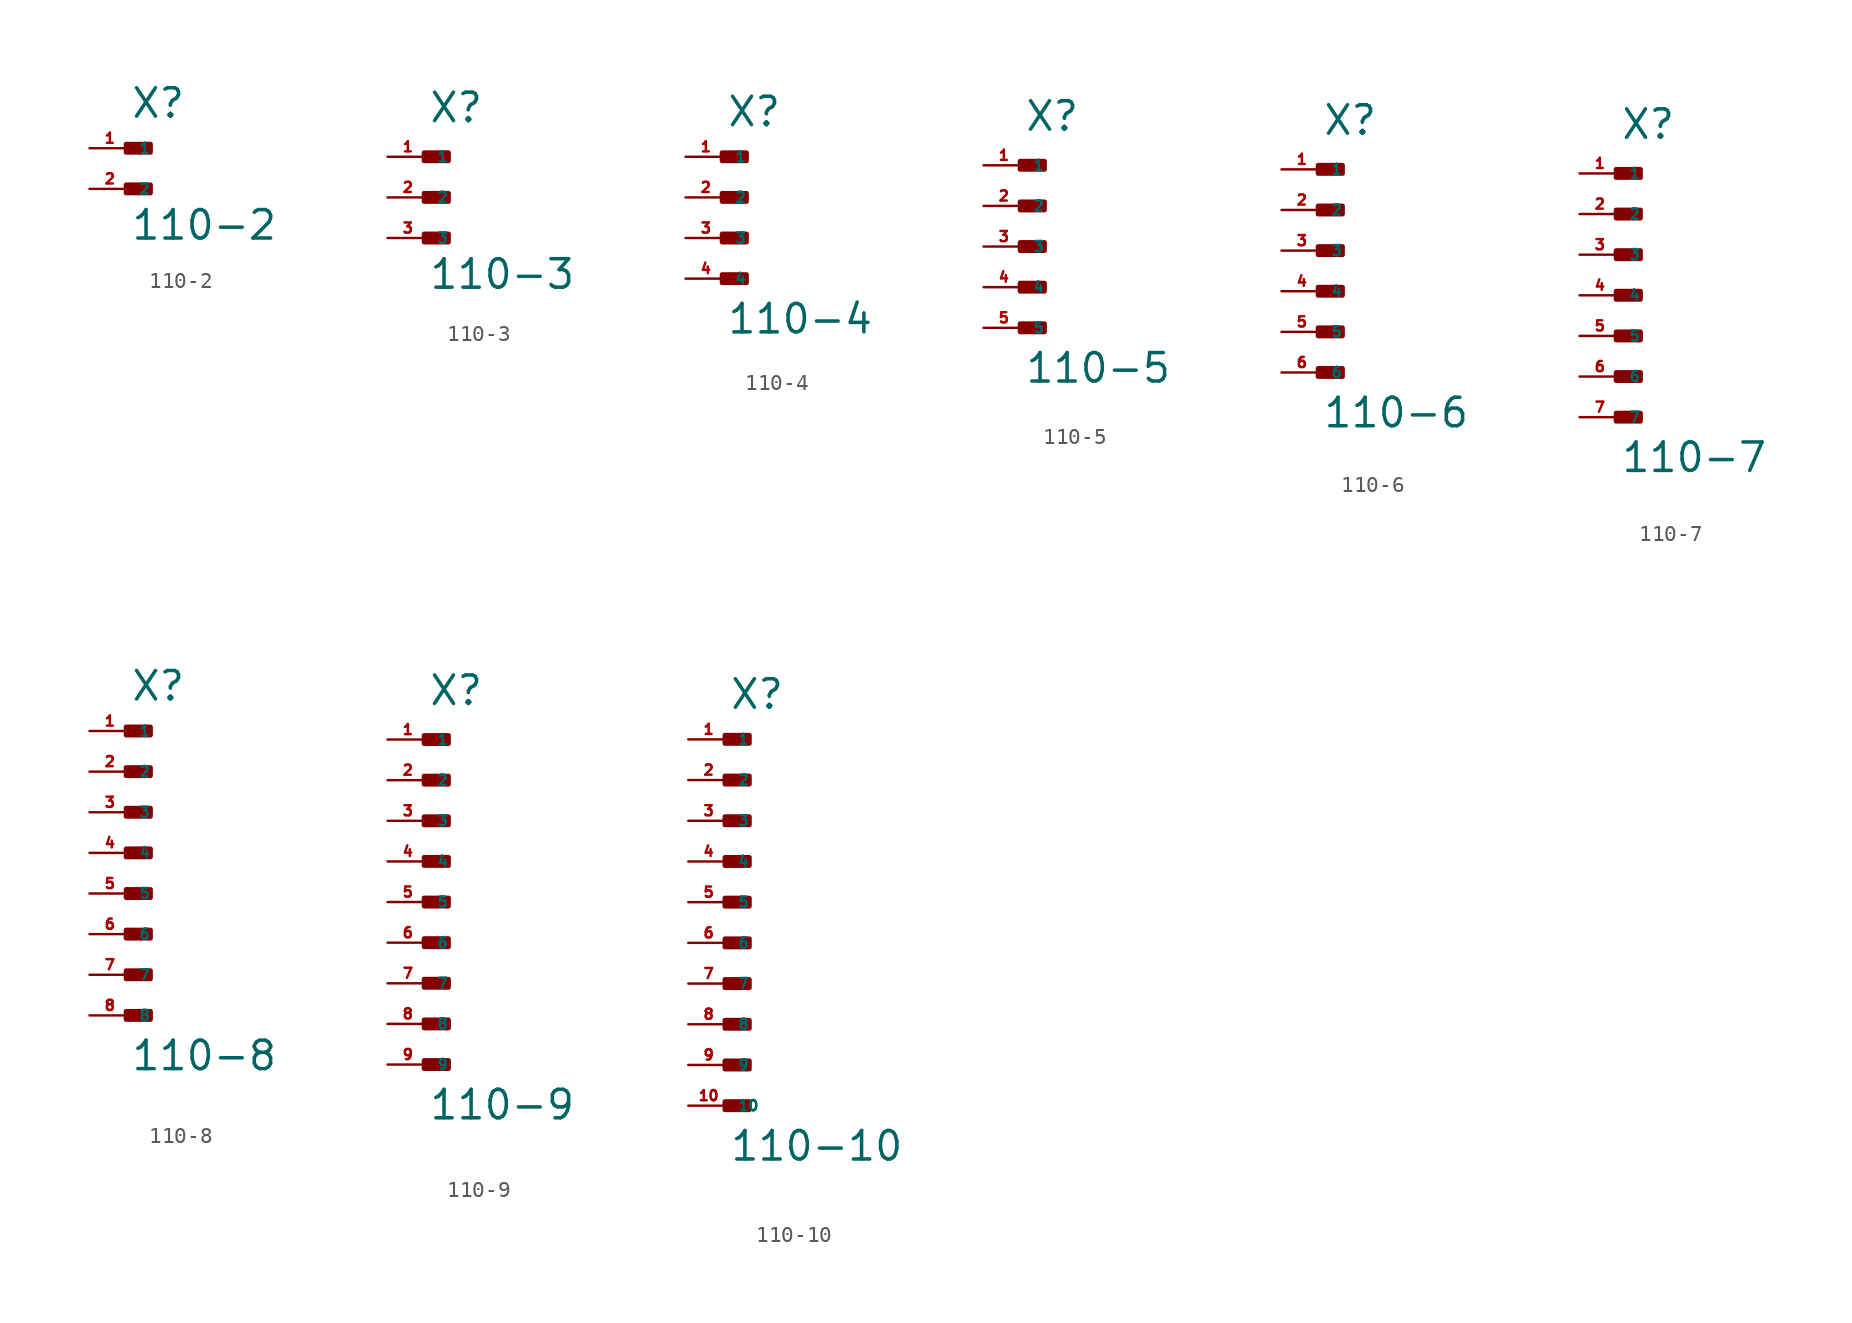
<source format=kicad_sym>
(kicad_symbol_lib
  (version 20220914)
  (generator Eagle2Kicad)
  (symbol "110-2"
    (property "Reference" "X"
      (at 0 1.778 0)
      (effects (font (size 1.778 1.778) (thickness 0.22)) (justify left bottom)))
    (property "Value" "110-2"
      (at 0 -5.842 0)
      (effects (font (size 1.778 1.778) (thickness 0.22)) (justify left bottom)))
    (rectangle
      (start -0.254 -0.254)
      (end 1.27 0.254)
      (stroke (width 0.3) (type default))
      (fill (type outline)))
    (rectangle
      (start -0.254 -2.794)
      (end 1.27 -2.286)
      (stroke (width 0.3) (type default))
      (fill (type outline)))
    (pin passive line
      (at -2.54 0 0)
      (length 2.54)
      (name "1" (effects (font (size 0.635 0.635) (thickness 0.08)) (justify left bottom)))
      (number "1" (effects (font (size 0.635 0.635) (thickness 0.08)) (justify left bottom))))
    (pin passive line
      (at -2.54 -2.54 0)
      (length 2.54)
      (name "2" (effects (font (size 0.635 0.635) (thickness 0.08)) (justify left bottom)))
      (number "2" (effects (font (size 0.635 0.635) (thickness 0.08)) (justify left bottom)))))
  (symbol "110-3"
    (property "Reference" "X"
      (at 0 4.572 0)
      (effects (font (size 1.778 1.778) (thickness 0.22)) (justify left bottom)))
    (property "Value" "110-3"
      (at 0 -5.842 0)
      (effects (font (size 1.778 1.778) (thickness 0.22)) (justify left bottom)))
    (rectangle
      (start -0.254 2.286)
      (end 1.27 2.794)
      (stroke (width 0.3) (type default))
      (fill (type outline)))
    (rectangle
      (start -0.254 -0.254)
      (end 1.27 0.254)
      (stroke (width 0.3) (type default))
      (fill (type outline)))
    (rectangle
      (start -0.254 -2.794)
      (end 1.27 -2.286)
      (stroke (width 0.3) (type default))
      (fill (type outline)))
    (pin passive line
      (at -2.54 2.54 0)
      (length 2.54)
      (name "1" (effects (font (size 0.635 0.635) (thickness 0.08)) (justify left bottom)))
      (number "1" (effects (font (size 0.635 0.635) (thickness 0.08)) (justify left bottom))))
    (pin passive line
      (at -2.54 0 0)
      (length 2.54)
      (name "2" (effects (font (size 0.635 0.635) (thickness 0.08)) (justify left bottom)))
      (number "2" (effects (font (size 0.635 0.635) (thickness 0.08)) (justify left bottom))))
    (pin passive line
      (at -2.54 -2.54 0)
      (length 2.54)
      (name "3" (effects (font (size 0.635 0.635) (thickness 0.08)) (justify left bottom)))
      (number "3" (effects (font (size 0.635 0.635) (thickness 0.08)) (justify left bottom)))))
  (symbol "110-4"
    (property "Reference" "X"
      (at 0 4.318 0)
      (effects (font (size 1.778 1.778) (thickness 0.22)) (justify left bottom)))
    (property "Value" "110-4"
      (at 0 -8.636 0)
      (effects (font (size 1.778 1.778) (thickness 0.22)) (justify left bottom)))
    (rectangle
      (start -0.254 2.286)
      (end 1.27 2.794)
      (stroke (width 0.3) (type default))
      (fill (type outline)))
    (rectangle
      (start -0.254 -0.254)
      (end 1.27 0.254)
      (stroke (width 0.3) (type default))
      (fill (type outline)))
    (rectangle
      (start -0.254 -2.794)
      (end 1.27 -2.286)
      (stroke (width 0.3) (type default))
      (fill (type outline)))
    (rectangle
      (start -0.254 -5.334)
      (end 1.27 -4.826)
      (stroke (width 0.3) (type default))
      (fill (type outline)))
    (pin passive line
      (at -2.54 2.54 0)
      (length 2.54)
      (name "1" (effects (font (size 0.635 0.635) (thickness 0.08)) (justify left bottom)))
      (number "1" (effects (font (size 0.635 0.635) (thickness 0.08)) (justify left bottom))))
    (pin passive line
      (at -2.54 0 0)
      (length 2.54)
      (name "2" (effects (font (size 0.635 0.635) (thickness 0.08)) (justify left bottom)))
      (number "2" (effects (font (size 0.635 0.635) (thickness 0.08)) (justify left bottom))))
    (pin passive line
      (at -2.54 -2.54 0)
      (length 2.54)
      (name "3" (effects (font (size 0.635 0.635) (thickness 0.08)) (justify left bottom)))
      (number "3" (effects (font (size 0.635 0.635) (thickness 0.08)) (justify left bottom))))
    (pin passive line
      (at -2.54 -5.08 0)
      (length 2.54)
      (name "4" (effects (font (size 0.635 0.635) (thickness 0.08)) (justify left bottom)))
      (number "4" (effects (font (size 0.635 0.635) (thickness 0.08)) (justify left bottom)))))
  (symbol "110-5"
    (property "Reference" "X"
      (at 0 7.112 0)
      (effects (font (size 1.778 1.778) (thickness 0.22)) (justify left bottom)))
    (property "Value" "110-5"
      (at 0 -8.636 0)
      (effects (font (size 1.778 1.778) (thickness 0.22)) (justify left bottom)))
    (rectangle
      (start -0.254 4.826)
      (end 1.27 5.334)
      (stroke (width 0.3) (type default))
      (fill (type outline)))
    (rectangle
      (start -0.254 2.286)
      (end 1.27 2.794)
      (stroke (width 0.3) (type default))
      (fill (type outline)))
    (rectangle
      (start -0.254 -0.254)
      (end 1.27 0.254)
      (stroke (width 0.3) (type default))
      (fill (type outline)))
    (rectangle
      (start -0.254 -2.794)
      (end 1.27 -2.286)
      (stroke (width 0.3) (type default))
      (fill (type outline)))
    (rectangle
      (start -0.254 -5.334)
      (end 1.27 -4.826)
      (stroke (width 0.3) (type default))
      (fill (type outline)))
    (pin passive line
      (at -2.54 5.08 0)
      (length 2.54)
      (name "1" (effects (font (size 0.635 0.635) (thickness 0.08)) (justify left bottom)))
      (number "1" (effects (font (size 0.635 0.635) (thickness 0.08)) (justify left bottom))))
    (pin passive line
      (at -2.54 2.54 0)
      (length 2.54)
      (name "2" (effects (font (size 0.635 0.635) (thickness 0.08)) (justify left bottom)))
      (number "2" (effects (font (size 0.635 0.635) (thickness 0.08)) (justify left bottom))))
    (pin passive line
      (at -2.54 0 0)
      (length 2.54)
      (name "3" (effects (font (size 0.635 0.635) (thickness 0.08)) (justify left bottom)))
      (number "3" (effects (font (size 0.635 0.635) (thickness 0.08)) (justify left bottom))))
    (pin passive line
      (at -2.54 -2.54 0)
      (length 2.54)
      (name "4" (effects (font (size 0.635 0.635) (thickness 0.08)) (justify left bottom)))
      (number "4" (effects (font (size 0.635 0.635) (thickness 0.08)) (justify left bottom))))
    (pin passive line
      (at -2.54 -5.08 0)
      (length 2.54)
      (name "5" (effects (font (size 0.635 0.635) (thickness 0.08)) (justify left bottom)))
      (number "5" (effects (font (size 0.635 0.635) (thickness 0.08)) (justify left bottom)))))
  (symbol "110-6"
    (property "Reference" "X"
      (at 0 7.112 0)
      (effects (font (size 1.778 1.778) (thickness 0.22)) (justify left bottom)))
    (property "Value" "110-6"
      (at 0 -11.176 0)
      (effects (font (size 1.778 1.778) (thickness 0.22)) (justify left bottom)))
    (rectangle
      (start -0.254 4.826)
      (end 1.27 5.334)
      (stroke (width 0.3) (type default))
      (fill (type outline)))
    (rectangle
      (start -0.254 2.286)
      (end 1.27 2.794)
      (stroke (width 0.3) (type default))
      (fill (type outline)))
    (rectangle
      (start -0.254 -0.254)
      (end 1.27 0.254)
      (stroke (width 0.3) (type default))
      (fill (type outline)))
    (rectangle
      (start -0.254 -2.794)
      (end 1.27 -2.286)
      (stroke (width 0.3) (type default))
      (fill (type outline)))
    (rectangle
      (start -0.254 -5.334)
      (end 1.27 -4.826)
      (stroke (width 0.3) (type default))
      (fill (type outline)))
    (rectangle
      (start -0.254 -7.874)
      (end 1.27 -7.366)
      (stroke (width 0.3) (type default))
      (fill (type outline)))
    (pin passive line
      (at -2.54 5.08 0)
      (length 2.54)
      (name "1" (effects (font (size 0.635 0.635) (thickness 0.08)) (justify left bottom)))
      (number "1" (effects (font (size 0.635 0.635) (thickness 0.08)) (justify left bottom))))
    (pin passive line
      (at -2.54 2.54 0)
      (length 2.54)
      (name "2" (effects (font (size 0.635 0.635) (thickness 0.08)) (justify left bottom)))
      (number "2" (effects (font (size 0.635 0.635) (thickness 0.08)) (justify left bottom))))
    (pin passive line
      (at -2.54 0 0)
      (length 2.54)
      (name "3" (effects (font (size 0.635 0.635) (thickness 0.08)) (justify left bottom)))
      (number "3" (effects (font (size 0.635 0.635) (thickness 0.08)) (justify left bottom))))
    (pin passive line
      (at -2.54 -2.54 0)
      (length 2.54)
      (name "4" (effects (font (size 0.635 0.635) (thickness 0.08)) (justify left bottom)))
      (number "4" (effects (font (size 0.635 0.635) (thickness 0.08)) (justify left bottom))))
    (pin passive line
      (at -2.54 -5.08 0)
      (length 2.54)
      (name "5" (effects (font (size 0.635 0.635) (thickness 0.08)) (justify left bottom)))
      (number "5" (effects (font (size 0.635 0.635) (thickness 0.08)) (justify left bottom))))
    (pin passive line
      (at -2.54 -7.62 0)
      (length 2.54)
      (name "6" (effects (font (size 0.635 0.635) (thickness 0.08)) (justify left bottom)))
      (number "6" (effects (font (size 0.635 0.635) (thickness 0.08)) (justify left bottom)))))
  (symbol "110-7"
    (property "Reference" "X"
      (at 0 9.652 0)
      (effects (font (size 1.778 1.778) (thickness 0.22)) (justify left bottom)))
    (property "Value" "110-7"
      (at 0 -11.176 0)
      (effects (font (size 1.778 1.778) (thickness 0.22)) (justify left bottom)))
    (rectangle
      (start -0.254 7.366)
      (end 1.27 7.874)
      (stroke (width 0.3) (type default))
      (fill (type outline)))
    (rectangle
      (start -0.254 4.826)
      (end 1.27 5.334)
      (stroke (width 0.3) (type default))
      (fill (type outline)))
    (rectangle
      (start -0.254 2.286)
      (end 1.27 2.794)
      (stroke (width 0.3) (type default))
      (fill (type outline)))
    (rectangle
      (start -0.254 -0.254)
      (end 1.27 0.254)
      (stroke (width 0.3) (type default))
      (fill (type outline)))
    (rectangle
      (start -0.254 -2.794)
      (end 1.27 -2.286)
      (stroke (width 0.3) (type default))
      (fill (type outline)))
    (rectangle
      (start -0.254 -5.334)
      (end 1.27 -4.826)
      (stroke (width 0.3) (type default))
      (fill (type outline)))
    (rectangle
      (start -0.254 -7.874)
      (end 1.27 -7.366)
      (stroke (width 0.3) (type default))
      (fill (type outline)))
    (pin passive line
      (at -2.54 7.62 0)
      (length 2.54)
      (name "1" (effects (font (size 0.635 0.635) (thickness 0.08)) (justify left bottom)))
      (number "1" (effects (font (size 0.635 0.635) (thickness 0.08)) (justify left bottom))))
    (pin passive line
      (at -2.54 5.08 0)
      (length 2.54)
      (name "2" (effects (font (size 0.635 0.635) (thickness 0.08)) (justify left bottom)))
      (number "2" (effects (font (size 0.635 0.635) (thickness 0.08)) (justify left bottom))))
    (pin passive line
      (at -2.54 2.54 0)
      (length 2.54)
      (name "3" (effects (font (size 0.635 0.635) (thickness 0.08)) (justify left bottom)))
      (number "3" (effects (font (size 0.635 0.635) (thickness 0.08)) (justify left bottom))))
    (pin passive line
      (at -2.54 0 0)
      (length 2.54)
      (name "4" (effects (font (size 0.635 0.635) (thickness 0.08)) (justify left bottom)))
      (number "4" (effects (font (size 0.635 0.635) (thickness 0.08)) (justify left bottom))))
    (pin passive line
      (at -2.54 -2.54 0)
      (length 2.54)
      (name "5" (effects (font (size 0.635 0.635) (thickness 0.08)) (justify left bottom)))
      (number "5" (effects (font (size 0.635 0.635) (thickness 0.08)) (justify left bottom))))
    (pin passive line
      (at -2.54 -5.08 0)
      (length 2.54)
      (name "6" (effects (font (size 0.635 0.635) (thickness 0.08)) (justify left bottom)))
      (number "6" (effects (font (size 0.635 0.635) (thickness 0.08)) (justify left bottom))))
    (pin passive line
      (at -2.54 -7.62 0)
      (length 2.54)
      (name "7" (effects (font (size 0.635 0.635) (thickness 0.08)) (justify left bottom)))
      (number "7" (effects (font (size 0.635 0.635) (thickness 0.08)) (justify left bottom)))))
  (symbol "110-8"
    (property "Reference" "X"
      (at 0 9.398 0)
      (effects (font (size 1.778 1.778) (thickness 0.22)) (justify left bottom)))
    (property "Value" "110-8"
      (at 0 -13.716 0)
      (effects (font (size 1.778 1.778) (thickness 0.22)) (justify left bottom)))
    (rectangle
      (start -0.254 7.366)
      (end 1.27 7.874)
      (stroke (width 0.3) (type default))
      (fill (type outline)))
    (rectangle
      (start -0.254 4.826)
      (end 1.27 5.334)
      (stroke (width 0.3) (type default))
      (fill (type outline)))
    (rectangle
      (start -0.254 2.286)
      (end 1.27 2.794)
      (stroke (width 0.3) (type default))
      (fill (type outline)))
    (rectangle
      (start -0.254 -0.254)
      (end 1.27 0.254)
      (stroke (width 0.3) (type default))
      (fill (type outline)))
    (rectangle
      (start -0.254 -2.794)
      (end 1.27 -2.286)
      (stroke (width 0.3) (type default))
      (fill (type outline)))
    (rectangle
      (start -0.254 -5.334)
      (end 1.27 -4.826)
      (stroke (width 0.3) (type default))
      (fill (type outline)))
    (rectangle
      (start -0.254 -7.874)
      (end 1.27 -7.366)
      (stroke (width 0.3) (type default))
      (fill (type outline)))
    (rectangle
      (start -0.254 -10.414)
      (end 1.27 -9.906)
      (stroke (width 0.3) (type default))
      (fill (type outline)))
    (pin passive line
      (at -2.54 7.62 0)
      (length 2.54)
      (name "1" (effects (font (size 0.635 0.635) (thickness 0.08)) (justify left bottom)))
      (number "1" (effects (font (size 0.635 0.635) (thickness 0.08)) (justify left bottom))))
    (pin passive line
      (at -2.54 5.08 0)
      (length 2.54)
      (name "2" (effects (font (size 0.635 0.635) (thickness 0.08)) (justify left bottom)))
      (number "2" (effects (font (size 0.635 0.635) (thickness 0.08)) (justify left bottom))))
    (pin passive line
      (at -2.54 2.54 0)
      (length 2.54)
      (name "3" (effects (font (size 0.635 0.635) (thickness 0.08)) (justify left bottom)))
      (number "3" (effects (font (size 0.635 0.635) (thickness 0.08)) (justify left bottom))))
    (pin passive line
      (at -2.54 0 0)
      (length 2.54)
      (name "4" (effects (font (size 0.635 0.635) (thickness 0.08)) (justify left bottom)))
      (number "4" (effects (font (size 0.635 0.635) (thickness 0.08)) (justify left bottom))))
    (pin passive line
      (at -2.54 -2.54 0)
      (length 2.54)
      (name "5" (effects (font (size 0.635 0.635) (thickness 0.08)) (justify left bottom)))
      (number "5" (effects (font (size 0.635 0.635) (thickness 0.08)) (justify left bottom))))
    (pin passive line
      (at -2.54 -5.08 0)
      (length 2.54)
      (name "6" (effects (font (size 0.635 0.635) (thickness 0.08)) (justify left bottom)))
      (number "6" (effects (font (size 0.635 0.635) (thickness 0.08)) (justify left bottom))))
    (pin passive line
      (at -2.54 -7.62 0)
      (length 2.54)
      (name "7" (effects (font (size 0.635 0.635) (thickness 0.08)) (justify left bottom)))
      (number "7" (effects (font (size 0.635 0.635) (thickness 0.08)) (justify left bottom))))
    (pin passive line
      (at -2.54 -10.16 0)
      (length 2.54)
      (name "8" (effects (font (size 0.635 0.635) (thickness 0.08)) (justify left bottom)))
      (number "8" (effects (font (size 0.635 0.635) (thickness 0.08)) (justify left bottom)))))
  (symbol "110-9"
    (property "Reference" "X"
      (at 0 12.192 0)
      (effects (font (size 1.778 1.778) (thickness 0.22)) (justify left bottom)))
    (property "Value" "110-9"
      (at 0 -13.716 0)
      (effects (font (size 1.778 1.778) (thickness 0.22)) (justify left bottom)))
    (rectangle
      (start -0.254 9.906)
      (end 1.27 10.414)
      (stroke (width 0.3) (type default))
      (fill (type outline)))
    (rectangle
      (start -0.254 7.366)
      (end 1.27 7.874)
      (stroke (width 0.3) (type default))
      (fill (type outline)))
    (rectangle
      (start -0.254 4.826)
      (end 1.27 5.334)
      (stroke (width 0.3) (type default))
      (fill (type outline)))
    (rectangle
      (start -0.254 2.286)
      (end 1.27 2.794)
      (stroke (width 0.3) (type default))
      (fill (type outline)))
    (rectangle
      (start -0.254 -0.254)
      (end 1.27 0.254)
      (stroke (width 0.3) (type default))
      (fill (type outline)))
    (rectangle
      (start -0.254 -2.794)
      (end 1.27 -2.286)
      (stroke (width 0.3) (type default))
      (fill (type outline)))
    (rectangle
      (start -0.254 -5.334)
      (end 1.27 -4.826)
      (stroke (width 0.3) (type default))
      (fill (type outline)))
    (rectangle
      (start -0.254 -7.874)
      (end 1.27 -7.366)
      (stroke (width 0.3) (type default))
      (fill (type outline)))
    (rectangle
      (start -0.254 -10.414)
      (end 1.27 -9.906)
      (stroke (width 0.3) (type default))
      (fill (type outline)))
    (pin passive line
      (at -2.54 10.16 0)
      (length 2.54)
      (name "1" (effects (font (size 0.635 0.635) (thickness 0.08)) (justify left bottom)))
      (number "1" (effects (font (size 0.635 0.635) (thickness 0.08)) (justify left bottom))))
    (pin passive line
      (at -2.54 7.62 0)
      (length 2.54)
      (name "2" (effects (font (size 0.635 0.635) (thickness 0.08)) (justify left bottom)))
      (number "2" (effects (font (size 0.635 0.635) (thickness 0.08)) (justify left bottom))))
    (pin passive line
      (at -2.54 5.08 0)
      (length 2.54)
      (name "3" (effects (font (size 0.635 0.635) (thickness 0.08)) (justify left bottom)))
      (number "3" (effects (font (size 0.635 0.635) (thickness 0.08)) (justify left bottom))))
    (pin passive line
      (at -2.54 2.54 0)
      (length 2.54)
      (name "4" (effects (font (size 0.635 0.635) (thickness 0.08)) (justify left bottom)))
      (number "4" (effects (font (size 0.635 0.635) (thickness 0.08)) (justify left bottom))))
    (pin passive line
      (at -2.54 0 0)
      (length 2.54)
      (name "5" (effects (font (size 0.635 0.635) (thickness 0.08)) (justify left bottom)))
      (number "5" (effects (font (size 0.635 0.635) (thickness 0.08)) (justify left bottom))))
    (pin passive line
      (at -2.54 -2.54 0)
      (length 2.54)
      (name "6" (effects (font (size 0.635 0.635) (thickness 0.08)) (justify left bottom)))
      (number "6" (effects (font (size 0.635 0.635) (thickness 0.08)) (justify left bottom))))
    (pin passive line
      (at -2.54 -5.08 0)
      (length 2.54)
      (name "7" (effects (font (size 0.635 0.635) (thickness 0.08)) (justify left bottom)))
      (number "7" (effects (font (size 0.635 0.635) (thickness 0.08)) (justify left bottom))))
    (pin passive line
      (at -2.54 -7.62 0)
      (length 2.54)
      (name "8" (effects (font (size 0.635 0.635) (thickness 0.08)) (justify left bottom)))
      (number "8" (effects (font (size 0.635 0.635) (thickness 0.08)) (justify left bottom))))
    (pin passive line
      (at -2.54 -10.16 0)
      (length 2.54)
      (name "9" (effects (font (size 0.635 0.635) (thickness 0.08)) (justify left bottom)))
      (number "9" (effects (font (size 0.635 0.635) (thickness 0.08)) (justify left bottom)))))
  (symbol "110-10"
    (property "Reference" "X"
      (at 0 11.938 0)
      (effects (font (size 1.778 1.778) (thickness 0.22)) (justify left bottom)))
    (property "Value" "110-10"
      (at 0 -16.256 0)
      (effects (font (size 1.778 1.778) (thickness 0.22)) (justify left bottom)))
    (rectangle
      (start -0.254 9.906)
      (end 1.27 10.414)
      (stroke (width 0.3) (type default))
      (fill (type outline)))
    (rectangle
      (start -0.254 7.366)
      (end 1.27 7.874)
      (stroke (width 0.3) (type default))
      (fill (type outline)))
    (rectangle
      (start -0.254 4.826)
      (end 1.27 5.334)
      (stroke (width 0.3) (type default))
      (fill (type outline)))
    (rectangle
      (start -0.254 2.286)
      (end 1.27 2.794)
      (stroke (width 0.3) (type default))
      (fill (type outline)))
    (rectangle
      (start -0.254 -0.254)
      (end 1.27 0.254)
      (stroke (width 0.3) (type default))
      (fill (type outline)))
    (rectangle
      (start -0.254 -2.794)
      (end 1.27 -2.286)
      (stroke (width 0.3) (type default))
      (fill (type outline)))
    (rectangle
      (start -0.254 -5.334)
      (end 1.27 -4.826)
      (stroke (width 0.3) (type default))
      (fill (type outline)))
    (rectangle
      (start -0.254 -7.874)
      (end 1.27 -7.366)
      (stroke (width 0.3) (type default))
      (fill (type outline)))
    (rectangle
      (start -0.254 -10.414)
      (end 1.27 -9.906)
      (stroke (width 0.3) (type default))
      (fill (type outline)))
    (rectangle
      (start -0.254 -12.954)
      (end 1.27 -12.446)
      (stroke (width 0.3) (type default))
      (fill (type outline)))
    (pin passive line
      (at -2.54 10.16 0)
      (length 2.54)
      (name "1" (effects (font (size 0.635 0.635) (thickness 0.08)) (justify left bottom)))
      (number "1" (effects (font (size 0.635 0.635) (thickness 0.08)) (justify left bottom))))
    (pin passive line
      (at -2.54 7.62 0)
      (length 2.54)
      (name "2" (effects (font (size 0.635 0.635) (thickness 0.08)) (justify left bottom)))
      (number "2" (effects (font (size 0.635 0.635) (thickness 0.08)) (justify left bottom))))
    (pin passive line
      (at -2.54 5.08 0)
      (length 2.54)
      (name "3" (effects (font (size 0.635 0.635) (thickness 0.08)) (justify left bottom)))
      (number "3" (effects (font (size 0.635 0.635) (thickness 0.08)) (justify left bottom))))
    (pin passive line
      (at -2.54 2.54 0)
      (length 2.54)
      (name "4" (effects (font (size 0.635 0.635) (thickness 0.08)) (justify left bottom)))
      (number "4" (effects (font (size 0.635 0.635) (thickness 0.08)) (justify left bottom))))
    (pin passive line
      (at -2.54 0 0)
      (length 2.54)
      (name "5" (effects (font (size 0.635 0.635) (thickness 0.08)) (justify left bottom)))
      (number "5" (effects (font (size 0.635 0.635) (thickness 0.08)) (justify left bottom))))
    (pin passive line
      (at -2.54 -2.54 0)
      (length 2.54)
      (name "6" (effects (font (size 0.635 0.635) (thickness 0.08)) (justify left bottom)))
      (number "6" (effects (font (size 0.635 0.635) (thickness 0.08)) (justify left bottom))))
    (pin passive line
      (at -2.54 -5.08 0)
      (length 2.54)
      (name "7" (effects (font (size 0.635 0.635) (thickness 0.08)) (justify left bottom)))
      (number "7" (effects (font (size 0.635 0.635) (thickness 0.08)) (justify left bottom))))
    (pin passive line
      (at -2.54 -7.62 0)
      (length 2.54)
      (name "8" (effects (font (size 0.635 0.635) (thickness 0.08)) (justify left bottom)))
      (number "8" (effects (font (size 0.635 0.635) (thickness 0.08)) (justify left bottom))))
    (pin passive line
      (at -2.54 -10.16 0)
      (length 2.54)
      (name "9" (effects (font (size 0.635 0.635) (thickness 0.08)) (justify left bottom)))
      (number "9" (effects (font (size 0.635 0.635) (thickness 0.08)) (justify left bottom))))
    (pin passive line
      (at -2.54 -12.7 0)
      (length 2.54)
      (name "10" (effects (font (size 0.635 0.635) (thickness 0.08)) (justify left bottom)))
      (number "10" (effects (font (size 0.635 0.635) (thickness 0.08)) (justify left bottom))))))
</source>
